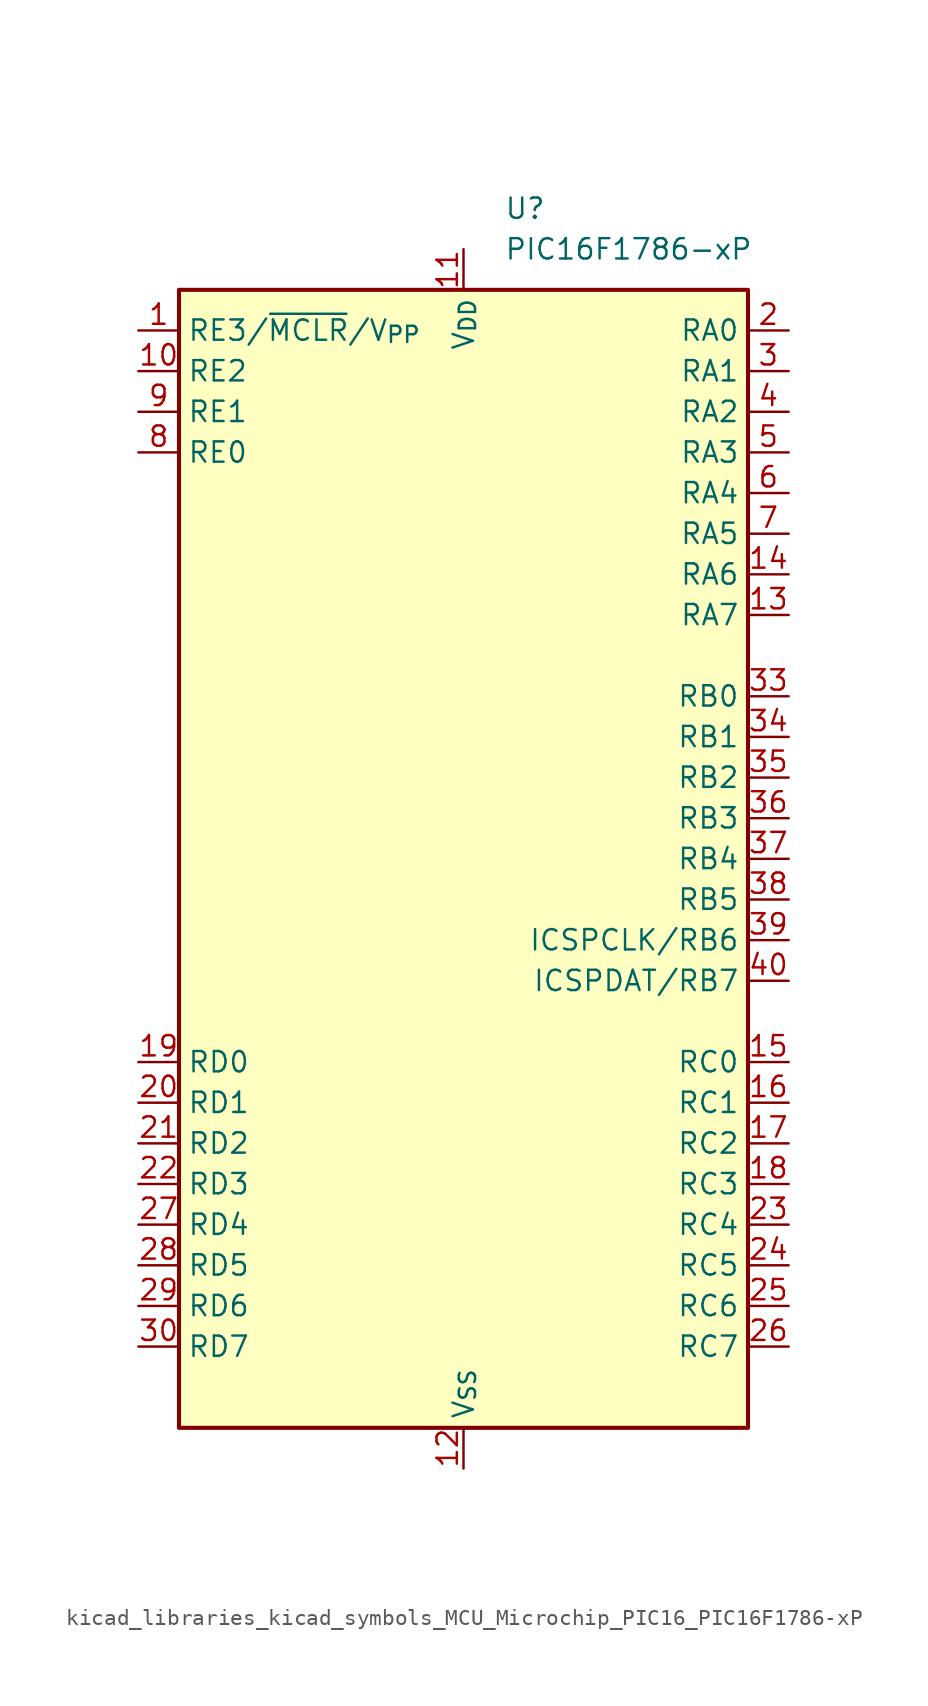
<source format=kicad_sym>
(kicad_symbol_lib
  (version 20220914)
  (generator kicad_symbol_editor)
  (symbol "kicad_libraries_kicad_symbols_MCU_Microchip_PIC16_PIC16F1786-xP"
    (property "Reference" "U"
      (at 2.54 40.64 0)
      (effects (font (size 1.27 1.27)) (justify left)))
    (property "Value" "PIC16F1786-xP"
      (at 2.54 38.1 0)
      (effects (font (size 1.27 1.27)) (justify left)))
    (symbol "kicad_libraries_kicad_symbols_MCU_Microchip_PIC16_PIC16F1786-xP_0_1"
      (rectangle (start -17.78 35.56) (end 17.78 -35.56) (stroke (width 0.254) (type default)) (fill (type background))))
    (symbol "kicad_libraries_kicad_symbols_MCU_Microchip_PIC16_PIC16F1786-xP_1_1"
      (pin input line (at -20.32 33.02 0) (length 2.54) (name "RE3/~{MCLR}/V_{PP}" (effects (font (size 1.27 1.27)))) (number "1" (effects (font (size 1.27 1.27)))))
      (pin bidirectional line (at -20.32 30.48 0) (length 2.54) (name "RE2" (effects (font (size 1.27 1.27)))) (number "10" (effects (font (size 1.27 1.27)))))
      (pin power_in line (at 0 38.1 270) (length 2.54) (name "V_{DD}" (effects (font (size 1.27 1.27)))) (number "11" (effects (font (size 1.27 1.27)))))
      (pin power_in line (at 0 -38.1 90) (length 2.54) (name "V_{SS}" (effects (font (size 1.27 1.27)))) (number "12" (effects (font (size 1.27 1.27)))))
      (pin bidirectional line (at 20.32 15.24 180) (length 2.54) (name "RA7" (effects (font (size 1.27 1.27)))) (number "13" (effects (font (size 1.27 1.27)))))
      (pin bidirectional line (at 20.32 17.78 180) (length 2.54) (name "RA6" (effects (font (size 1.27 1.27)))) (number "14" (effects (font (size 1.27 1.27)))))
      (pin bidirectional line (at 20.32 -12.7 180) (length 2.54) (name "RC0" (effects (font (size 1.27 1.27)))) (number "15" (effects (font (size 1.27 1.27)))))
      (pin bidirectional line (at 20.32 -15.24 180) (length 2.54) (name "RC1" (effects (font (size 1.27 1.27)))) (number "16" (effects (font (size 1.27 1.27)))))
      (pin bidirectional line (at 20.32 -17.78 180) (length 2.54) (name "RC2" (effects (font (size 1.27 1.27)))) (number "17" (effects (font (size 1.27 1.27)))))
      (pin bidirectional line (at 20.32 -20.32 180) (length 2.54) (name "RC3" (effects (font (size 1.27 1.27)))) (number "18" (effects (font (size 1.27 1.27)))))
      (pin bidirectional line (at -20.32 -12.7 0) (length 2.54) (name "RD0" (effects (font (size 1.27 1.27)))) (number "19" (effects (font (size 1.27 1.27)))))
      (pin bidirectional line (at 20.32 33.02 180) (length 2.54) (name "RA0" (effects (font (size 1.27 1.27)))) (number "2" (effects (font (size 1.27 1.27)))))
      (pin bidirectional line (at -20.32 -15.24 0) (length 2.54) (name "RD1" (effects (font (size 1.27 1.27)))) (number "20" (effects (font (size 1.27 1.27)))))
      (pin bidirectional line (at -20.32 -17.78 0) (length 2.54) (name "RD2" (effects (font (size 1.27 1.27)))) (number "21" (effects (font (size 1.27 1.27)))))
      (pin bidirectional line (at -20.32 -20.32 0) (length 2.54) (name "RD3" (effects (font (size 1.27 1.27)))) (number "22" (effects (font (size 1.27 1.27)))))
      (pin bidirectional line (at 20.32 -22.86 180) (length 2.54) (name "RC4" (effects (font (size 1.27 1.27)))) (number "23" (effects (font (size 1.27 1.27)))))
      (pin bidirectional line (at 20.32 -25.4 180) (length 2.54) (name "RC5" (effects (font (size 1.27 1.27)))) (number "24" (effects (font (size 1.27 1.27)))))
      (pin bidirectional line (at 20.32 -27.94 180) (length 2.54) (name "RC6" (effects (font (size 1.27 1.27)))) (number "25" (effects (font (size 1.27 1.27)))))
      (pin bidirectional line (at 20.32 -30.48 180) (length 2.54) (name "RC7" (effects (font (size 1.27 1.27)))) (number "26" (effects (font (size 1.27 1.27)))))
      (pin bidirectional line (at -20.32 -22.86 0) (length 2.54) (name "RD4" (effects (font (size 1.27 1.27)))) (number "27" (effects (font (size 1.27 1.27)))))
      (pin bidirectional line (at -20.32 -25.4 0) (length 2.54) (name "RD5" (effects (font (size 1.27 1.27)))) (number "28" (effects (font (size 1.27 1.27)))))
      (pin bidirectional line (at -20.32 -27.94 0) (length 2.54) (name "RD6" (effects (font (size 1.27 1.27)))) (number "29" (effects (font (size 1.27 1.27)))))
      (pin bidirectional line (at 20.32 30.48 180) (length 2.54) (name "RA1" (effects (font (size 1.27 1.27)))) (number "3" (effects (font (size 1.27 1.27)))))
      (pin bidirectional line (at -20.32 -30.48 0) (length 2.54) (name "RD7" (effects (font (size 1.27 1.27)))) (number "30" (effects (font (size 1.27 1.27)))))
      (pin passive line (at 0 -38.1 90) (length 2.54) hide (name "V_{SS}" (effects (font (size 1.27 1.27)))) (number "31" (effects (font (size 1.27 1.27)))))
      (pin passive line (at 0 38.1 270) (length 2.54) hide (name "V_{DD}" (effects (font (size 1.27 1.27)))) (number "32" (effects (font (size 1.27 1.27)))))
      (pin bidirectional line (at 20.32 10.16 180) (length 2.54) (name "RB0" (effects (font (size 1.27 1.27)))) (number "33" (effects (font (size 1.27 1.27)))))
      (pin bidirectional line (at 20.32 7.62 180) (length 2.54) (name "RB1" (effects (font (size 1.27 1.27)))) (number "34" (effects (font (size 1.27 1.27)))))
      (pin bidirectional line (at 20.32 5.08 180) (length 2.54) (name "RB2" (effects (font (size 1.27 1.27)))) (number "35" (effects (font (size 1.27 1.27)))))
      (pin bidirectional line (at 20.32 2.54 180) (length 2.54) (name "RB3" (effects (font (size 1.27 1.27)))) (number "36" (effects (font (size 1.27 1.27)))))
      (pin bidirectional line (at 20.32 0 180) (length 2.54) (name "RB4" (effects (font (size 1.27 1.27)))) (number "37" (effects (font (size 1.27 1.27)))))
      (pin bidirectional line (at 20.32 -2.54 180) (length 2.54) (name "RB5" (effects (font (size 1.27 1.27)))) (number "38" (effects (font (size 1.27 1.27)))))
      (pin bidirectional line (at 20.32 -5.08 180) (length 2.54) (name "ICSPCLK/RB6" (effects (font (size 1.27 1.27)))) (number "39" (effects (font (size 1.27 1.27)))))
      (pin bidirectional line (at 20.32 27.94 180) (length 2.54) (name "RA2" (effects (font (size 1.27 1.27)))) (number "4" (effects (font (size 1.27 1.27)))))
      (pin bidirectional line (at 20.32 -7.62 180) (length 2.54) (name "ICSPDAT/RB7" (effects (font (size 1.27 1.27)))) (number "40" (effects (font (size 1.27 1.27)))))
      (pin bidirectional line (at 20.32 25.4 180) (length 2.54) (name "RA3" (effects (font (size 1.27 1.27)))) (number "5" (effects (font (size 1.27 1.27)))))
      (pin bidirectional line (at 20.32 22.86 180) (length 2.54) (name "RA4" (effects (font (size 1.27 1.27)))) (number "6" (effects (font (size 1.27 1.27)))))
      (pin bidirectional line (at 20.32 20.32 180) (length 2.54) (name "RA5" (effects (font (size 1.27 1.27)))) (number "7" (effects (font (size 1.27 1.27)))))
      (pin bidirectional line (at -20.32 25.4 0) (length 2.54) (name "RE0" (effects (font (size 1.27 1.27)))) (number "8" (effects (font (size 1.27 1.27)))))
      (pin bidirectional line (at -20.32 27.94 0) (length 2.54) (name "RE1" (effects (font (size 1.27 1.27)))) (number "9" (effects (font (size 1.27 1.27))))))))
</source>
